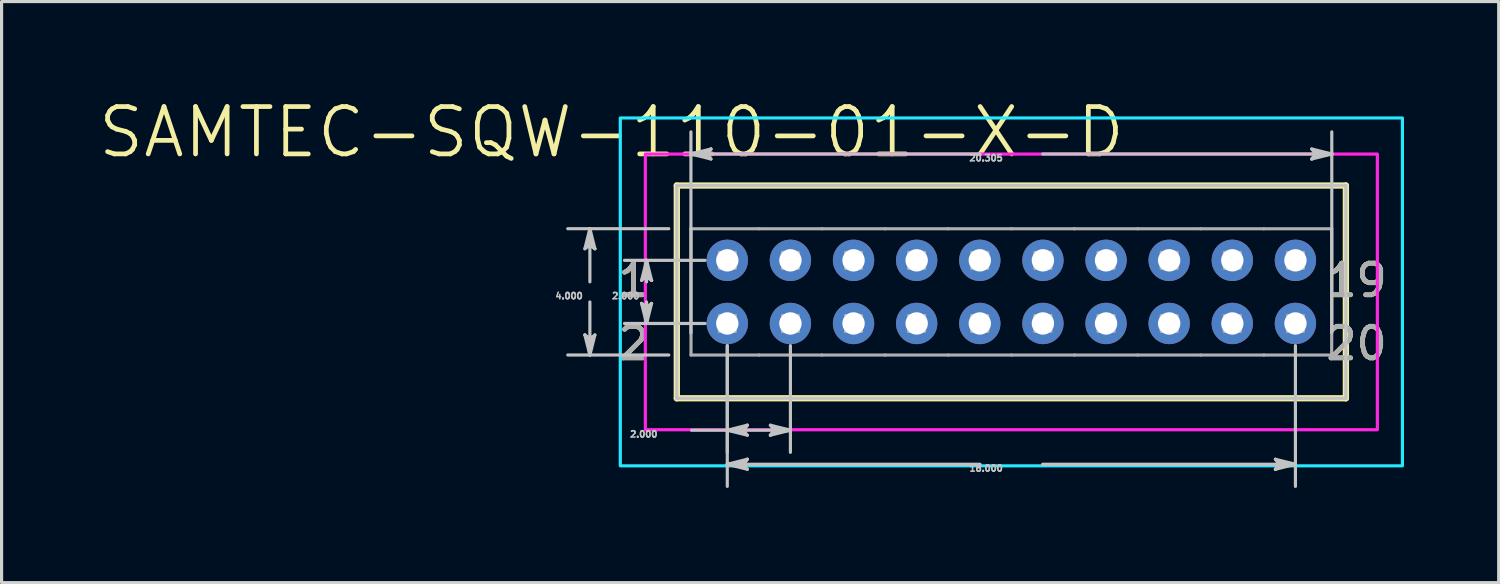
<source format=kicad_pcb>
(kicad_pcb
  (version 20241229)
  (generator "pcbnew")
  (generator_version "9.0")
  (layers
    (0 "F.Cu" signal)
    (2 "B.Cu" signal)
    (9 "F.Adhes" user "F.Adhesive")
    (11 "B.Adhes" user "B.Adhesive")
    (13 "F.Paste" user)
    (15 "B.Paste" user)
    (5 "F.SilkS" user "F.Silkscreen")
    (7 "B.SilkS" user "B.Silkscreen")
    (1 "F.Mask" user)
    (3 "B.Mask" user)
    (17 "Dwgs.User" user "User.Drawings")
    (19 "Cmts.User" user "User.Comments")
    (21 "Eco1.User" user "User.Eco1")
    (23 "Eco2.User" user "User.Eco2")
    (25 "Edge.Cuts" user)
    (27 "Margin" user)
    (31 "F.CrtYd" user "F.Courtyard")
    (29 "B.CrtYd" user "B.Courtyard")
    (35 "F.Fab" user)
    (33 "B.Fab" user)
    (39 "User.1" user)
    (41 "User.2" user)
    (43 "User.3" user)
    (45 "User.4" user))
  (footprint "SAMTEC-SQW-110-01-X-D"
    (layer "F.Cu")
    (at 28.992 6.198)
    (property "Reference" "SAMTEC-SQW-110-01-X-D" (at -12.668 -5.058 0) (layer "F.SilkS") (effects (font (size 1.5 1.5) (thickness 0.15))))
    (attr through_hole)
    (fp_circle (center -9 -1) (end -8.294 -1) (stroke (width 0) (type solid)) (fill yes) (layer "F.Mask"))
    (fp_circle (center -9 1) (end -8.294 1) (stroke (width 0) (type solid)) (fill yes) (layer "F.Mask"))
    (fp_circle (center -7 -1) (end -6.294 -1) (stroke (width 0) (type solid)) (fill yes) (layer "F.Mask"))
    (fp_circle (center -7 1) (end -6.294 1) (stroke (width 0) (type solid)) (fill yes) (layer "F.Mask"))
    (fp_circle (center -5 -1) (end -4.294 -1) (stroke (width 0) (type solid)) (fill yes) (layer "F.Mask"))
    (fp_circle (center -5 1) (end -4.294 1) (stroke (width 0) (type solid)) (fill yes) (layer "F.Mask"))
    (fp_circle (center -3 -1) (end -2.294 -1) (stroke (width 0) (type solid)) (fill yes) (layer "F.Mask"))
    (fp_circle (center -3 1) (end -2.294 1) (stroke (width 0) (type solid)) (fill yes) (layer "F.Mask"))
    (fp_circle (center -1 -1) (end -0.294 -1) (stroke (width 0) (type solid)) (fill yes) (layer "F.Mask"))
    (fp_circle (center -1 1) (end -0.294 1) (stroke (width 0) (type solid)) (fill yes) (layer "F.Mask"))
    (fp_circle (center 1 -1) (end 1.706 -1) (stroke (width 0) (type solid)) (fill yes) (layer "F.Mask"))
    (fp_circle (center 1 1) (end 1.706 1) (stroke (width 0) (type solid)) (fill yes) (layer "F.Mask"))
    (fp_circle (center 3 -1) (end 3.706 -1) (stroke (width 0) (type solid)) (fill yes) (layer "F.Mask"))
    (fp_circle (center 3 1) (end 3.706 1) (stroke (width 0) (type solid)) (fill yes) (layer "F.Mask"))
    (fp_circle (center 5 -1) (end 5.706 -1) (stroke (width 0) (type solid)) (fill yes) (layer "F.Mask"))
    (fp_circle (center 5 1) (end 5.706 1) (stroke (width 0) (type solid)) (fill yes) (layer "F.Mask"))
    (fp_circle (center 7 -1) (end 7.706 -1) (stroke (width 0) (type solid)) (fill yes) (layer "F.Mask"))
    (fp_circle (center 7 1) (end 7.706 1) (stroke (width 0) (type solid)) (fill yes) (layer "F.Mask"))
    (fp_circle (center 9 -1) (end 9.706 -1) (stroke (width 0) (type solid)) (fill yes) (layer "F.Mask"))
    (fp_circle (center 9 1) (end 9.706 1) (stroke (width 0) (type solid)) (fill yes) (layer "F.Mask"))
    (fp_circle (center -9 -1) (end -8.294 -1) (stroke (width 0) (type solid)) (fill yes) (layer "B.Mask"))
    (fp_circle (center -9 1) (end -8.294 1) (stroke (width 0) (type solid)) (fill yes) (layer "B.Mask"))
    (fp_circle (center -7 -1) (end -6.294 -1) (stroke (width 0) (type solid)) (fill yes) (layer "B.Mask"))
    (fp_circle (center -7 1) (end -6.294 1) (stroke (width 0) (type solid)) (fill yes) (layer "B.Mask"))
    (fp_circle (center -5 -1) (end -4.294 -1) (stroke (width 0) (type solid)) (fill yes) (layer "B.Mask"))
    (fp_circle (center -5 1) (end -4.294 1) (stroke (width 0) (type solid)) (fill yes) (layer "B.Mask"))
    (fp_circle (center -3 -1) (end -2.294 -1) (stroke (width 0) (type solid)) (fill yes) (layer "B.Mask"))
    (fp_circle (center -3 1) (end -2.294 1) (stroke (width 0) (type solid)) (fill yes) (layer "B.Mask"))
    (fp_circle (center -1 -1) (end -0.294 -1) (stroke (width 0) (type solid)) (fill yes) (layer "B.Mask"))
    (fp_circle (center -1 1) (end -0.294 1) (stroke (width 0) (type solid)) (fill yes) (layer "B.Mask"))
    (fp_circle (center 1 -1) (end 1.706 -1) (stroke (width 0) (type solid)) (fill yes) (layer "B.Mask"))
    (fp_circle (center 1 1) (end 1.706 1) (stroke (width 0) (type solid)) (fill yes) (layer "B.Mask"))
    (fp_circle (center 3 -1) (end 3.706 -1) (stroke (width 0) (type solid)) (fill yes) (layer "B.Mask"))
    (fp_circle (center 3 1) (end 3.706 1) (stroke (width 0) (type solid)) (fill yes) (layer "B.Mask"))
    (fp_circle (center 5 -1) (end 5.706 -1) (stroke (width 0) (type solid)) (fill yes) (layer "B.Mask"))
    (fp_circle (center 5 1) (end 5.706 1) (stroke (width 0) (type solid)) (fill yes) (layer "B.Mask"))
    (fp_circle (center 7 -1) (end 7.706 -1) (stroke (width 0) (type solid)) (fill yes) (layer "B.Mask"))
    (fp_circle (center 7 1) (end 7.706 1) (stroke (width 0) (type solid)) (fill yes) (layer "B.Mask"))
    (fp_circle (center 9 -1) (end 9.706 -1) (stroke (width 0) (type solid)) (fill yes) (layer "B.Mask"))
    (fp_circle (center 9 1) (end 9.706 1) (stroke (width 0) (type solid)) (fill yes) (layer "B.Mask"))
    (fp_line (start -10.599 -3.37) (end -10.599 3.37) (stroke (width 0.2) (type solid)) (layer "F.SilkS"))
    (fp_line (start -10.599 3.37) (end 10.599 3.37) (stroke (width 0.2) (type solid)) (layer "F.SilkS"))
    (fp_line (start 10.599 -3.37) (end -10.599 -3.37) (stroke (width 0.2) (type solid)) (layer "F.SilkS"))
    (fp_line (start 10.599 3.37) (end 10.599 -3.37) (stroke (width 0.2) (type solid)) (layer "F.SilkS"))
    (fp_poly (pts (xy -9.255 1.98) (xy -9.255 2.97) (xy -8.745 2.97) (xy -8.745 1.98) (xy -8.745 1.969) (xy -8.743 1.957) (xy -8.741 1.946) (xy -8.737 1.936) (xy -8.733 1.925) (xy -8.728 1.915) (xy -8.722 1.905) (xy -8.715 1.896) (xy -8.707 1.888) (xy -8.699 1.88) (xy -8.69 1.873) (xy -8.68 1.867) (xy -8.67 1.862) (xy -8.659 1.858) (xy -8.649 1.854) (xy -8.638 1.852) (xy -8.626 1.85) (xy -8.615 1.85) (xy -8.15 1.85) (xy -8.15 0.15) (xy -9.85 0.15) (xy -9.85 1.85) (xy -9.385 1.85) (xy -9.374 1.85) (xy -9.362 1.852) (xy -9.351 1.854) (xy -9.341 1.858) (xy -9.33 1.862) (xy -9.32 1.867) (xy -9.31 1.873) (xy -9.301 1.88) (xy -9.293 1.888) (xy -9.285 1.896) (xy -9.278 1.905) (xy -9.272 1.915) (xy -9.267 1.925) (xy -9.263 1.936) (xy -9.259 1.946) (xy -9.257 1.957) (xy -9.255 1.969) (xy -9.255 1.98)) (stroke (width 0) (type solid)) (fill yes) (layer "F.Paste"))
    (fp_poly (pts (xy -8.745 -1.98) (xy -8.745 -2.97) (xy -9.255 -2.97) (xy -9.255 -1.98) (xy -9.255 -1.969) (xy -9.257 -1.957) (xy -9.259 -1.946) (xy -9.263 -1.936) (xy -9.267 -1.925) (xy -9.272 -1.915) (xy -9.279 -1.905) (xy -9.285 -1.896) (xy -9.293 -1.888) (xy -9.301 -1.88) (xy -9.31 -1.873) (xy -9.32 -1.867) (xy -9.33 -1.862) (xy -9.341 -1.858) (xy -9.351 -1.854) (xy -9.362 -1.852) (xy -9.374 -1.85) (xy -9.385 -1.85) (xy -9.85 -1.85) (xy -9.85 -0.15) (xy -8.15 -0.15) (xy -8.15 -1.85) (xy -8.615 -1.85) (xy -8.626 -1.85) (xy -8.638 -1.852) (xy -8.649 -1.854) (xy -8.659 -1.858) (xy -8.67 -1.862) (xy -8.68 -1.867) (xy -8.69 -1.873) (xy -8.699 -1.88) (xy -8.707 -1.888) (xy -8.715 -1.896) (xy -8.722 -1.905) (xy -8.728 -1.915) (xy -8.733 -1.925) (xy -8.737 -1.936) (xy -8.741 -1.946) (xy -8.743 -1.957) (xy -8.745 -1.969) (xy -8.745 -1.98)) (stroke (width 0) (type solid)) (fill yes) (layer "F.Paste"))
    (fp_poly (pts (xy -7.255 1.98) (xy -7.255 2.97) (xy -6.745 2.97) (xy -6.745 1.98) (xy -6.745 1.969) (xy -6.743 1.957) (xy -6.741 1.946) (xy -6.737 1.936) (xy -6.733 1.925) (xy -6.728 1.915) (xy -6.721 1.905) (xy -6.715 1.896) (xy -6.707 1.888) (xy -6.699 1.88) (xy -6.69 1.873) (xy -6.68 1.867) (xy -6.67 1.862) (xy -6.659 1.858) (xy -6.649 1.854) (xy -6.638 1.852) (xy -6.626 1.85) (xy -6.615 1.85) (xy -6.15 1.85) (xy -6.15 0.15) (xy -7.85 0.15) (xy -7.85 1.85) (xy -7.385 1.85) (xy -7.374 1.85) (xy -7.362 1.852) (xy -7.351 1.854) (xy -7.341 1.858) (xy -7.33 1.862) (xy -7.32 1.867) (xy -7.31 1.873) (xy -7.301 1.88) (xy -7.293 1.888) (xy -7.285 1.896) (xy -7.279 1.905) (xy -7.272 1.915) (xy -7.267 1.925) (xy -7.263 1.936) (xy -7.259 1.946) (xy -7.257 1.957) (xy -7.255 1.969) (xy -7.255 1.98)) (stroke (width 0) (type solid)) (fill yes) (layer "F.Paste"))
    (fp_poly (pts (xy -6.745 -1.98) (xy -6.745 -2.97) (xy -7.255 -2.97) (xy -7.255 -1.98) (xy -7.255 -1.969) (xy -7.257 -1.957) (xy -7.259 -1.946) (xy -7.263 -1.936) (xy -7.267 -1.925) (xy -7.272 -1.915) (xy -7.279 -1.905) (xy -7.285 -1.896) (xy -7.293 -1.888) (xy -7.301 -1.88) (xy -7.31 -1.873) (xy -7.32 -1.867) (xy -7.33 -1.862) (xy -7.341 -1.858) (xy -7.351 -1.854) (xy -7.362 -1.852) (xy -7.374 -1.85) (xy -7.385 -1.85) (xy -7.85 -1.85) (xy -7.85 -0.15) (xy -6.15 -0.15) (xy -6.15 -1.85) (xy -6.615 -1.85) (xy -6.626 -1.85) (xy -6.638 -1.852) (xy -6.649 -1.854) (xy -6.659 -1.858) (xy -6.67 -1.862) (xy -6.68 -1.867) (xy -6.69 -1.873) (xy -6.699 -1.88) (xy -6.707 -1.888) (xy -6.715 -1.896) (xy -6.722 -1.905) (xy -6.728 -1.915) (xy -6.733 -1.925) (xy -6.737 -1.936) (xy -6.741 -1.946) (xy -6.743 -1.957) (xy -6.745 -1.969) (xy -6.745 -1.98)) (stroke (width 0) (type solid)) (fill yes) (layer "F.Paste"))
    (fp_poly (pts (xy -5.255 1.98) (xy -5.255 2.97) (xy -4.745 2.97) (xy -4.745 1.98) (xy -4.745 1.969) (xy -4.743 1.957) (xy -4.741 1.946) (xy -4.737 1.936) (xy -4.733 1.925) (xy -4.728 1.915) (xy -4.721 1.905) (xy -4.715 1.896) (xy -4.707 1.888) (xy -4.699 1.88) (xy -4.69 1.873) (xy -4.68 1.867) (xy -4.67 1.862) (xy -4.659 1.858) (xy -4.649 1.854) (xy -4.638 1.852) (xy -4.626 1.85) (xy -4.615 1.85) (xy -4.15 1.85) (xy -4.15 0.15) (xy -5.85 0.15) (xy -5.85 1.85) (xy -5.385 1.85) (xy -5.374 1.85) (xy -5.362 1.852) (xy -5.351 1.854) (xy -5.341 1.858) (xy -5.33 1.862) (xy -5.32 1.867) (xy -5.31 1.873) (xy -5.301 1.88) (xy -5.293 1.888) (xy -5.285 1.896) (xy -5.278 1.905) (xy -5.272 1.915) (xy -5.267 1.925) (xy -5.263 1.936) (xy -5.259 1.946) (xy -5.257 1.957) (xy -5.255 1.969) (xy -5.255 1.98)) (stroke (width 0) (type solid)) (fill yes) (layer "F.Paste"))
    (fp_poly (pts (xy -4.745 -1.98) (xy -4.745 -2.97) (xy -5.255 -2.97) (xy -5.255 -1.98) (xy -5.255 -1.969) (xy -5.257 -1.957) (xy -5.259 -1.946) (xy -5.263 -1.936) (xy -5.267 -1.925) (xy -5.272 -1.915) (xy -5.279 -1.905) (xy -5.285 -1.896) (xy -5.293 -1.888) (xy -5.301 -1.88) (xy -5.31 -1.873) (xy -5.32 -1.867) (xy -5.33 -1.862) (xy -5.341 -1.858) (xy -5.351 -1.854) (xy -5.362 -1.852) (xy -5.374 -1.85) (xy -5.385 -1.85) (xy -5.85 -1.85) (xy -5.85 -0.15) (xy -4.15 -0.15) (xy -4.15 -1.85) (xy -4.615 -1.85) (xy -4.626 -1.85) (xy -4.638 -1.852) (xy -4.649 -1.854) (xy -4.659 -1.858) (xy -4.67 -1.862) (xy -4.68 -1.867) (xy -4.69 -1.873) (xy -4.699 -1.88) (xy -4.707 -1.888) (xy -4.715 -1.896) (xy -4.721 -1.905) (xy -4.728 -1.915) (xy -4.733 -1.925) (xy -4.737 -1.936) (xy -4.741 -1.946) (xy -4.743 -1.957) (xy -4.745 -1.969) (xy -4.745 -1.98)) (stroke (width 0) (type solid)) (fill yes) (layer "F.Paste"))
    (fp_poly (pts (xy -3.255 1.98) (xy -3.255 2.97) (xy -2.745 2.97) (xy -2.745 1.98) (xy -2.745 1.969) (xy -2.743 1.957) (xy -2.741 1.946) (xy -2.737 1.936) (xy -2.733 1.925) (xy -2.728 1.915) (xy -2.721 1.905) (xy -2.715 1.896) (xy -2.707 1.888) (xy -2.699 1.88) (xy -2.69 1.873) (xy -2.68 1.867) (xy -2.67 1.862) (xy -2.659 1.858) (xy -2.649 1.854) (xy -2.638 1.852) (xy -2.626 1.85) (xy -2.615 1.85) (xy -2.15 1.85) (xy -2.15 0.15) (xy -3.85 0.15) (xy -3.85 1.85) (xy -3.385 1.85) (xy -3.374 1.85) (xy -3.362 1.852) (xy -3.351 1.854) (xy -3.341 1.858) (xy -3.33 1.862) (xy -3.32 1.867) (xy -3.31 1.873) (xy -3.301 1.88) (xy -3.293 1.888) (xy -3.285 1.896) (xy -3.278 1.905) (xy -3.272 1.915) (xy -3.267 1.925) (xy -3.263 1.936) (xy -3.259 1.946) (xy -3.257 1.957) (xy -3.255 1.969) (xy -3.255 1.98)) (stroke (width 0) (type solid)) (fill yes) (layer "F.Paste"))
    (fp_poly (pts (xy -2.745 -1.98) (xy -2.745 -2.97) (xy -3.255 -2.97) (xy -3.255 -1.98) (xy -3.255 -1.969) (xy -3.257 -1.957) (xy -3.259 -1.946) (xy -3.263 -1.936) (xy -3.267 -1.925) (xy -3.272 -1.915) (xy -3.279 -1.905) (xy -3.285 -1.896) (xy -3.293 -1.888) (xy -3.301 -1.88) (xy -3.31 -1.873) (xy -3.32 -1.867) (xy -3.33 -1.862) (xy -3.341 -1.858) (xy -3.351 -1.854) (xy -3.362 -1.852) (xy -3.374 -1.85) (xy -3.385 -1.85) (xy -3.85 -1.85) (xy -3.85 -0.15) (xy -2.15 -0.15) (xy -2.15 -1.85) (xy -2.615 -1.85) (xy -2.626 -1.85) (xy -2.638 -1.852) (xy -2.649 -1.854) (xy -2.659 -1.858) (xy -2.67 -1.862) (xy -2.68 -1.867) (xy -2.69 -1.873) (xy -2.699 -1.88) (xy -2.707 -1.888) (xy -2.715 -1.896) (xy -2.721 -1.905) (xy -2.728 -1.915) (xy -2.733 -1.925) (xy -2.737 -1.936) (xy -2.741 -1.946) (xy -2.743 -1.957) (xy -2.745 -1.969) (xy -2.745 -1.98)) (stroke (width 0) (type solid)) (fill yes) (layer "F.Paste"))
    (fp_poly (pts (xy -1.255 1.98) (xy -1.255 2.97) (xy -0.745 2.97) (xy -0.745 1.98) (xy -0.745 1.969) (xy -0.743 1.957) (xy -0.741 1.946) (xy -0.737 1.936) (xy -0.733 1.925) (xy -0.728 1.915) (xy -0.721 1.905) (xy -0.715 1.896) (xy -0.707 1.888) (xy -0.699 1.88) (xy -0.69 1.873) (xy -0.68 1.867) (xy -0.67 1.862) (xy -0.659 1.858) (xy -0.649 1.854) (xy -0.638 1.852) (xy -0.626 1.85) (xy -0.615 1.85) (xy -0.15 1.85) (xy -0.15 0.15) (xy -1.85 0.15) (xy -1.85 1.85) (xy -1.385 1.85) (xy -1.374 1.85) (xy -1.362 1.852) (xy -1.351 1.854) (xy -1.341 1.858) (xy -1.33 1.862) (xy -1.32 1.867) (xy -1.31 1.873) (xy -1.301 1.88) (xy -1.293 1.888) (xy -1.285 1.896) (xy -1.278 1.905) (xy -1.272 1.915) (xy -1.267 1.925) (xy -1.263 1.936) (xy -1.259 1.946) (xy -1.257 1.957) (xy -1.255 1.969) (xy -1.255 1.98)) (stroke (width 0) (type solid)) (fill yes) (layer "F.Paste"))
    (fp_poly (pts (xy -0.745 -1.98) (xy -0.745 -2.97) (xy -1.255 -2.97) (xy -1.255 -1.98) (xy -1.255 -1.969) (xy -1.257 -1.957) (xy -1.259 -1.946) (xy -1.263 -1.936) (xy -1.267 -1.925) (xy -1.272 -1.915) (xy -1.279 -1.905) (xy -1.285 -1.896) (xy -1.293 -1.888) (xy -1.301 -1.88) (xy -1.31 -1.873) (xy -1.32 -1.867) (xy -1.33 -1.862) (xy -1.341 -1.858) (xy -1.351 -1.854) (xy -1.362 -1.852) (xy -1.374 -1.85) (xy -1.385 -1.85) (xy -1.85 -1.85) (xy -1.85 -0.15) (xy -0.15 -0.15) (xy -0.15 -1.85) (xy -0.615 -1.85) (xy -0.626 -1.85) (xy -0.638 -1.852) (xy -0.649 -1.854) (xy -0.659 -1.858) (xy -0.67 -1.862) (xy -0.68 -1.867) (xy -0.69 -1.873) (xy -0.699 -1.88) (xy -0.707 -1.888) (xy -0.715 -1.896) (xy -0.722 -1.905) (xy -0.728 -1.915) (xy -0.733 -1.925) (xy -0.737 -1.936) (xy -0.741 -1.946) (xy -0.743 -1.957) (xy -0.745 -1.969) (xy -0.745 -1.98)) (stroke (width 0) (type solid)) (fill yes) (layer "F.Paste"))
    (fp_poly (pts (xy 0.745 1.98) (xy 0.745 2.97) (xy 1.255 2.97) (xy 1.255 1.98) (xy 1.255 1.969) (xy 1.257 1.957) (xy 1.259 1.946) (xy 1.263 1.936) (xy 1.267 1.925) (xy 1.272 1.915) (xy 1.279 1.905) (xy 1.285 1.896) (xy 1.293 1.888) (xy 1.301 1.88) (xy 1.31 1.873) (xy 1.32 1.867) (xy 1.33 1.862) (xy 1.341 1.858) (xy 1.351 1.854) (xy 1.362 1.852) (xy 1.374 1.85) (xy 1.385 1.85) (xy 1.85 1.85) (xy 1.85 0.15) (xy 0.15 0.15) (xy 0.15 1.85) (xy 0.615 1.85) (xy 0.626 1.85) (xy 0.638 1.852) (xy 0.649 1.854) (xy 0.659 1.858) (xy 0.67 1.862) (xy 0.68 1.867) (xy 0.69 1.873) (xy 0.699 1.88) (xy 0.707 1.888) (xy 0.715 1.896) (xy 0.722 1.905) (xy 0.728 1.915) (xy 0.733 1.925) (xy 0.737 1.936) (xy 0.741 1.946) (xy 0.743 1.957) (xy 0.745 1.969) (xy 0.745 1.98)) (stroke (width 0) (type solid)) (fill yes) (layer "F.Paste"))
    (fp_poly (pts (xy 1.255 -1.98) (xy 1.255 -2.97) (xy 0.745 -2.97) (xy 0.745 -1.98) (xy 0.745 -1.969) (xy 0.743 -1.957) (xy 0.741 -1.946) (xy 0.737 -1.936) (xy 0.733 -1.925) (xy 0.728 -1.915) (xy 0.721 -1.905) (xy 0.715 -1.896) (xy 0.707 -1.888) (xy 0.699 -1.88) (xy 0.69 -1.873) (xy 0.68 -1.867) (xy 0.67 -1.862) (xy 0.659 -1.858) (xy 0.649 -1.854) (xy 0.638 -1.852) (xy 0.626 -1.85) (xy 0.615 -1.85) (xy 0.15 -1.85) (xy 0.15 -0.15) (xy 1.85 -0.15) (xy 1.85 -1.85) (xy 1.385 -1.85) (xy 1.374 -1.85) (xy 1.362 -1.852) (xy 1.351 -1.854) (xy 1.341 -1.858) (xy 1.33 -1.862) (xy 1.32 -1.867) (xy 1.31 -1.873) (xy 1.301 -1.88) (xy 1.293 -1.888) (xy 1.285 -1.896) (xy 1.278 -1.905) (xy 1.272 -1.915) (xy 1.267 -1.925) (xy 1.263 -1.936) (xy 1.259 -1.946) (xy 1.257 -1.957) (xy 1.255 -1.969) (xy 1.255 -1.98)) (stroke (width 0) (type solid)) (fill yes) (layer "F.Paste"))
    (fp_poly (pts (xy 2.745 1.98) (xy 2.745 2.97) (xy 3.255 2.97) (xy 3.255 1.98) (xy 3.255 1.969) (xy 3.257 1.957) (xy 3.259 1.946) (xy 3.263 1.936) (xy 3.267 1.925) (xy 3.272 1.915) (xy 3.279 1.905) (xy 3.285 1.896) (xy 3.293 1.888) (xy 3.301 1.88) (xy 3.31 1.873) (xy 3.32 1.867) (xy 3.33 1.862) (xy 3.341 1.858) (xy 3.351 1.854) (xy 3.362 1.852) (xy 3.374 1.85) (xy 3.385 1.85) (xy 3.85 1.85) (xy 3.85 0.15) (xy 2.15 0.15) (xy 2.15 1.85) (xy 2.615 1.85) (xy 2.626 1.85) (xy 2.638 1.852) (xy 2.649 1.854) (xy 2.659 1.858) (xy 2.67 1.862) (xy 2.68 1.867) (xy 2.69 1.873) (xy 2.699 1.88) (xy 2.707 1.888) (xy 2.715 1.896) (xy 2.721 1.905) (xy 2.728 1.915) (xy 2.733 1.925) (xy 2.737 1.936) (xy 2.741 1.946) (xy 2.743 1.957) (xy 2.745 1.969) (xy 2.745 1.98)) (stroke (width 0) (type solid)) (fill yes) (layer "F.Paste"))
    (fp_poly (pts (xy 3.255 -1.98) (xy 3.255 -2.97) (xy 2.745 -2.97) (xy 2.745 -1.98) (xy 2.745 -1.969) (xy 2.743 -1.957) (xy 2.741 -1.946) (xy 2.737 -1.936) (xy 2.733 -1.925) (xy 2.728 -1.915) (xy 2.721 -1.905) (xy 2.715 -1.896) (xy 2.707 -1.888) (xy 2.699 -1.88) (xy 2.69 -1.873) (xy 2.68 -1.867) (xy 2.67 -1.862) (xy 2.659 -1.858) (xy 2.649 -1.854) (xy 2.638 -1.852) (xy 2.626 -1.85) (xy 2.615 -1.85) (xy 2.15 -1.85) (xy 2.15 -0.15) (xy 3.85 -0.15) (xy 3.85 -1.85) (xy 3.385 -1.85) (xy 3.374 -1.85) (xy 3.362 -1.852) (xy 3.351 -1.854) (xy 3.341 -1.858) (xy 3.33 -1.862) (xy 3.32 -1.867) (xy 3.31 -1.873) (xy 3.301 -1.88) (xy 3.293 -1.888) (xy 3.285 -1.896) (xy 3.278 -1.905) (xy 3.272 -1.915) (xy 3.267 -1.925) (xy 3.263 -1.936) (xy 3.259 -1.946) (xy 3.257 -1.957) (xy 3.255 -1.969) (xy 3.255 -1.98)) (stroke (width 0) (type solid)) (fill yes) (layer "F.Paste"))
    (fp_poly (pts (xy 4.745 1.98) (xy 4.745 2.97) (xy 5.255 2.97) (xy 5.255 1.98) (xy 5.255 1.969) (xy 5.257 1.957) (xy 5.259 1.946) (xy 5.263 1.936) (xy 5.267 1.925) (xy 5.272 1.915) (xy 5.279 1.905) (xy 5.285 1.896) (xy 5.293 1.888) (xy 5.301 1.88) (xy 5.31 1.873) (xy 5.32 1.867) (xy 5.33 1.862) (xy 5.341 1.858) (xy 5.351 1.854) (xy 5.362 1.852) (xy 5.374 1.85) (xy 5.385 1.85) (xy 5.85 1.85) (xy 5.85 0.15) (xy 4.15 0.15) (xy 4.15 1.85) (xy 4.615 1.85) (xy 4.626 1.85) (xy 4.638 1.852) (xy 4.649 1.854) (xy 4.659 1.858) (xy 4.67 1.862) (xy 4.68 1.867) (xy 4.69 1.873) (xy 4.699 1.88) (xy 4.707 1.888) (xy 4.715 1.896) (xy 4.721 1.905) (xy 4.728 1.915) (xy 4.733 1.925) (xy 4.737 1.936) (xy 4.741 1.946) (xy 4.743 1.957) (xy 4.745 1.969) (xy 4.745 1.98)) (stroke (width 0) (type solid)) (fill yes) (layer "F.Paste"))
    (fp_poly (pts (xy 5.255 -1.98) (xy 5.255 -2.97) (xy 4.745 -2.97) (xy 4.745 -1.98) (xy 4.745 -1.969) (xy 4.743 -1.957) (xy 4.741 -1.946) (xy 4.737 -1.936) (xy 4.733 -1.925) (xy 4.728 -1.915) (xy 4.721 -1.905) (xy 4.715 -1.896) (xy 4.707 -1.888) (xy 4.699 -1.88) (xy 4.69 -1.873) (xy 4.68 -1.867) (xy 4.67 -1.862) (xy 4.659 -1.858) (xy 4.649 -1.854) (xy 4.638 -1.852) (xy 4.626 -1.85) (xy 4.615 -1.85) (xy 4.15 -1.85) (xy 4.15 -0.15) (xy 5.85 -0.15) (xy 5.85 -1.85) (xy 5.385 -1.85) (xy 5.374 -1.85) (xy 5.362 -1.852) (xy 5.351 -1.854) (xy 5.341 -1.858) (xy 5.33 -1.862) (xy 5.32 -1.867) (xy 5.31 -1.873) (xy 5.301 -1.88) (xy 5.293 -1.888) (xy 5.285 -1.896) (xy 5.278 -1.905) (xy 5.272 -1.915) (xy 5.267 -1.925) (xy 5.263 -1.936) (xy 5.259 -1.946) (xy 5.257 -1.957) (xy 5.255 -1.969) (xy 5.255 -1.98)) (stroke (width 0) (type solid)) (fill yes) (layer "F.Paste"))
    (fp_poly (pts (xy 6.745 1.98) (xy 6.745 2.97) (xy 7.255 2.97) (xy 7.255 1.98) (xy 7.255 1.969) (xy 7.257 1.957) (xy 7.259 1.946) (xy 7.263 1.936) (xy 7.267 1.925) (xy 7.272 1.915) (xy 7.279 1.905) (xy 7.285 1.896) (xy 7.293 1.888) (xy 7.301 1.88) (xy 7.31 1.873) (xy 7.32 1.867) (xy 7.33 1.862) (xy 7.341 1.858) (xy 7.351 1.854) (xy 7.362 1.852) (xy 7.374 1.85) (xy 7.385 1.85) (xy 7.85 1.85) (xy 7.85 0.15) (xy 6.15 0.15) (xy 6.15 1.85) (xy 6.615 1.85) (xy 6.626 1.85) (xy 6.638 1.852) (xy 6.649 1.854) (xy 6.659 1.858) (xy 6.67 1.862) (xy 6.68 1.867) (xy 6.69 1.873) (xy 6.699 1.88) (xy 6.707 1.888) (xy 6.715 1.896) (xy 6.722 1.905) (xy 6.728 1.915) (xy 6.733 1.925) (xy 6.737 1.936) (xy 6.741 1.946) (xy 6.743 1.957) (xy 6.745 1.969) (xy 6.745 1.98)) (stroke (width 0) (type solid)) (fill yes) (layer "F.Paste"))
    (fp_poly (pts (xy 7.255 -1.98) (xy 7.255 -2.97) (xy 6.745 -2.97) (xy 6.745 -1.98) (xy 6.745 -1.969) (xy 6.743 -1.957) (xy 6.741 -1.946) (xy 6.737 -1.936) (xy 6.733 -1.925) (xy 6.728 -1.915) (xy 6.721 -1.905) (xy 6.715 -1.896) (xy 6.707 -1.888) (xy 6.699 -1.88) (xy 6.69 -1.873) (xy 6.68 -1.867) (xy 6.67 -1.862) (xy 6.659 -1.858) (xy 6.649 -1.854) (xy 6.638 -1.852) (xy 6.626 -1.85) (xy 6.615 -1.85) (xy 6.15 -1.85) (xy 6.15 -0.15) (xy 7.85 -0.15) (xy 7.85 -1.85) (xy 7.385 -1.85) (xy 7.374 -1.85) (xy 7.362 -1.852) (xy 7.351 -1.854) (xy 7.341 -1.858) (xy 7.33 -1.862) (xy 7.32 -1.867) (xy 7.31 -1.873) (xy 7.301 -1.88) (xy 7.293 -1.888) (xy 7.285 -1.896) (xy 7.279 -1.905) (xy 7.272 -1.915) (xy 7.267 -1.925) (xy 7.263 -1.936) (xy 7.259 -1.946) (xy 7.257 -1.957) (xy 7.255 -1.969) (xy 7.255 -1.98)) (stroke (width 0) (type solid)) (fill yes) (layer "F.Paste"))
    (fp_poly (pts (xy 8.745 1.98) (xy 8.745 2.97) (xy 9.255 2.97) (xy 9.255 1.98) (xy 9.255 1.969) (xy 9.257 1.957) (xy 9.259 1.946) (xy 9.263 1.936) (xy 9.267 1.925) (xy 9.272 1.915) (xy 9.279 1.905) (xy 9.285 1.896) (xy 9.293 1.888) (xy 9.301 1.88) (xy 9.31 1.873) (xy 9.32 1.867) (xy 9.33 1.862) (xy 9.341 1.858) (xy 9.351 1.854) (xy 9.362 1.852) (xy 9.374 1.85) (xy 9.385 1.85) (xy 9.85 1.85) (xy 9.85 0.15) (xy 8.15 0.15) (xy 8.15 1.85) (xy 8.615 1.85) (xy 8.626 1.85) (xy 8.638 1.852) (xy 8.649 1.854) (xy 8.659 1.858) (xy 8.67 1.862) (xy 8.68 1.867) (xy 8.69 1.873) (xy 8.699 1.88) (xy 8.707 1.888) (xy 8.715 1.896) (xy 8.722 1.905) (xy 8.728 1.915) (xy 8.733 1.925) (xy 8.737 1.936) (xy 8.741 1.946) (xy 8.743 1.957) (xy 8.745 1.969) (xy 8.745 1.98)) (stroke (width 0) (type solid)) (fill yes) (layer "F.Paste"))
    (fp_poly (pts (xy 9.255 -1.98) (xy 9.255 -2.97) (xy 8.745 -2.97) (xy 8.745 -1.98) (xy 8.745 -1.969) (xy 8.743 -1.957) (xy 8.741 -1.946) (xy 8.737 -1.936) (xy 8.733 -1.925) (xy 8.728 -1.915) (xy 8.722 -1.905) (xy 8.715 -1.896) (xy 8.707 -1.888) (xy 8.699 -1.88) (xy 8.69 -1.873) (xy 8.68 -1.867) (xy 8.67 -1.862) (xy 8.659 -1.858) (xy 8.649 -1.854) (xy 8.638 -1.852) (xy 8.626 -1.85) (xy 8.615 -1.85) (xy 8.15 -1.85) (xy 8.15 -0.15) (xy 9.85 -0.15) (xy 9.85 -1.85) (xy 9.385 -1.85) (xy 9.374 -1.85) (xy 9.362 -1.852) (xy 9.351 -1.854) (xy 9.341 -1.858) (xy 9.33 -1.862) (xy 9.32 -1.867) (xy 9.31 -1.873) (xy 9.301 -1.88) (xy 9.293 -1.888) (xy 9.285 -1.896) (xy 9.278 -1.905) (xy 9.272 -1.915) (xy 9.267 -1.925) (xy 9.263 -1.936) (xy 9.259 -1.946) (xy 9.257 -1.957) (xy 9.255 -1.969) (xy 9.255 -1.98)) (stroke (width 0) (type solid)) (fill yes) (layer "F.Paste"))
    (fp_line (start -13.512 -1.367) (end -13.353 -1.494) (stroke (width 0.1) (type solid)) (layer "Dwgs.User"))
    (fp_line (start -13.512 1.364) (end -13.353 1.999) (stroke (width 0.1) (type solid)) (layer "Dwgs.User"))
    (fp_line (start -13.432 -1.43) (end -13.353 -1.494) (stroke (width 0.1) (type solid)) (layer "Dwgs.User"))
    (fp_line (start -13.432 1.427) (end -13.512 1.364) (stroke (width 0.1) (type solid)) (layer "Dwgs.User"))
    (fp_line (start -13.353 -2.002) (end -13.512 -1.367) (stroke (width 0.1) (type solid)) (layer "Dwgs.User"))
    (fp_line (start -13.353 -2.002) (end -13.432 -1.43) (stroke (width 0.1) (type solid)) (layer "Dwgs.User"))
    (fp_line (start -13.353 -2.002) (end -13.273 -1.43) (stroke (width 0.1) (type solid)) (layer "Dwgs.User"))
    (fp_line (start -13.353 -1.494) (end -13.353 -2.002) (stroke (width 0.1) (type solid)) (layer "Dwgs.User"))
    (fp_line (start -13.353 -1.494) (end -13.194 -1.367) (stroke (width 0.1) (type solid)) (layer "Dwgs.User"))
    (fp_line (start -13.353 -0.318) (end -13.353 -2.002) (stroke (width 0.1) (type solid)) (layer "Dwgs.User"))
    (fp_line (start -13.353 0.318) (end -13.353 1.999) (stroke (width 0.1) (type solid)) (layer "Dwgs.User"))
    (fp_line (start -13.353 1.491) (end -13.512 1.364) (stroke (width 0.1) (type solid)) (layer "Dwgs.User"))
    (fp_line (start -13.353 1.491) (end -13.353 1.999) (stroke (width 0.1) (type solid)) (layer "Dwgs.User"))
    (fp_line (start -13.353 1.999) (end -13.432 1.427) (stroke (width 0.1) (type solid)) (layer "Dwgs.User"))
    (fp_line (start -13.353 1.999) (end -13.273 1.427) (stroke (width 0.1) (type solid)) (layer "Dwgs.User"))
    (fp_line (start -13.353 1.999) (end -13.194 1.364) (stroke (width 0.1) (type solid)) (layer "Dwgs.User"))
    (fp_line (start -13.273 -1.43) (end -13.194 -1.367) (stroke (width 0.1) (type solid)) (layer "Dwgs.User"))
    (fp_line (start -13.273 1.427) (end -13.353 1.491) (stroke (width 0.1) (type solid)) (layer "Dwgs.User"))
    (fp_line (start -13.194 -1.367) (end -13.353 -2.002) (stroke (width 0.1) (type solid)) (layer "Dwgs.User"))
    (fp_line (start -13.194 1.364) (end -13.353 1.491) (stroke (width 0.1) (type solid)) (layer "Dwgs.User"))
    (fp_line (start -11.716 -0.365) (end -11.557 -0.492) (stroke (width 0.1) (type solid)) (layer "Dwgs.User"))
    (fp_line (start -11.716 0.365) (end -11.557 1) (stroke (width 0.1) (type solid)) (layer "Dwgs.User"))
    (fp_line (start -11.636 -0.428) (end -11.557 -0.492) (stroke (width 0.1) (type solid)) (layer "Dwgs.User"))
    (fp_line (start -11.636 0.428) (end -11.716 0.365) (stroke (width 0.1) (type solid)) (layer "Dwgs.User"))
    (fp_line (start -11.557 -1) (end -11.716 -0.365) (stroke (width 0.1) (type solid)) (layer "Dwgs.User"))
    (fp_line (start -11.557 -1) (end -11.636 -0.428) (stroke (width 0.1) (type solid)) (layer "Dwgs.User"))
    (fp_line (start -11.557 -1) (end -11.478 -0.428) (stroke (width 0.1) (type solid)) (layer "Dwgs.User"))
    (fp_line (start -11.557 -0.492) (end -11.557 -1) (stroke (width 0.1) (type solid)) (layer "Dwgs.User"))
    (fp_line (start -11.557 -0.492) (end -11.398 -0.365) (stroke (width 0.1) (type solid)) (layer "Dwgs.User"))
    (fp_line (start -11.557 -0.318) (end -11.557 -1) (stroke (width 0.1) (type solid)) (layer "Dwgs.User"))
    (fp_line (start -11.557 0.318) (end -11.557 1) (stroke (width 0.1) (type solid)) (layer "Dwgs.User"))
    (fp_line (start -11.557 0.492) (end -11.716 0.365) (stroke (width 0.1) (type solid)) (layer "Dwgs.User"))
    (fp_line (start -11.557 0.492) (end -11.557 1) (stroke (width 0.1) (type solid)) (layer "Dwgs.User"))
    (fp_line (start -11.557 1) (end -11.636 0.428) (stroke (width 0.1) (type solid)) (layer "Dwgs.User"))
    (fp_line (start -11.557 1) (end -11.478 0.428) (stroke (width 0.1) (type solid)) (layer "Dwgs.User"))
    (fp_line (start -11.557 1) (end -11.398 0.365) (stroke (width 0.1) (type solid)) (layer "Dwgs.User"))
    (fp_line (start -11.478 -0.428) (end -11.398 -0.365) (stroke (width 0.1) (type solid)) (layer "Dwgs.User"))
    (fp_line (start -11.478 0.428) (end -11.557 0.492) (stroke (width 0.1) (type solid)) (layer "Dwgs.User"))
    (fp_line (start -11.398 -0.365) (end -11.557 -1) (stroke (width 0.1) (type solid)) (layer "Dwgs.User"))
    (fp_line (start -11.398 0.365) (end -11.557 0.492) (stroke (width 0.1) (type solid)) (layer "Dwgs.User"))
    (fp_line (start -10.853 -2.002) (end -14.054 -2.002) (stroke (width 0.1) (type solid)) (layer "Dwgs.User"))
    (fp_line (start -10.853 1.999) (end -14.054 1.999) (stroke (width 0.1) (type solid)) (layer "Dwgs.User"))
    (fp_line (start -10.599 -3.37) (end -10.599 3.37) (stroke (width 0.1) (type solid)) (layer "Dwgs.User"))
    (fp_line (start -10.599 3.37) (end 10.599 3.37) (stroke (width 0.1) (type solid)) (layer "Dwgs.User"))
    (fp_line (start -10.152 -4.369) (end -9.581 -4.448) (stroke (width 0.1) (type solid)) (layer "Dwgs.User"))
    (fp_line (start -10.152 -4.369) (end -9.581 -4.289) (stroke (width 0.1) (type solid)) (layer "Dwgs.User"))
    (fp_line (start -10.152 -4.369) (end -9.517 -4.21) (stroke (width 0.1) (type solid)) (layer "Dwgs.User"))
    (fp_line (start -10.152 1.298) (end -10.152 -5.07) (stroke (width 0.1) (type solid)) (layer "Dwgs.User"))
    (fp_line (start -10.135 4.382) (end -9 4.382) (stroke (width 0.1) (type solid)) (layer "Dwgs.User"))
    (fp_line (start -9.701 -1) (end -12.258 -1) (stroke (width 0.1) (type solid)) (layer "Dwgs.User"))
    (fp_line (start -9.701 1) (end -12.258 1) (stroke (width 0.1) (type solid)) (layer "Dwgs.User"))
    (fp_line (start -9.644 -4.369) (end -10.152 -4.369) (stroke (width 0.1) (type solid)) (layer "Dwgs.User"))
    (fp_line (start -9.644 -4.369) (end -9.517 -4.528) (stroke (width 0.1) (type solid)) (layer "Dwgs.User"))
    (fp_line (start -9.581 -4.448) (end -9.517 -4.528) (stroke (width 0.1) (type solid)) (layer "Dwgs.User"))
    (fp_line (start -9.581 -4.289) (end -9.644 -4.369) (stroke (width 0.1) (type solid)) (layer "Dwgs.User"))
    (fp_line (start -9.517 -4.528) (end -10.152 -4.369) (stroke (width 0.1) (type solid)) (layer "Dwgs.User"))
    (fp_line (start -9.517 -4.21) (end -9.644 -4.369) (stroke (width 0.1) (type solid)) (layer "Dwgs.User"))
    (fp_line (start -9 1.701) (end -9 5.083) (stroke (width 0.1) (type solid)) (layer "Dwgs.User"))
    (fp_line (start -9 1.701) (end -9 6.162) (stroke (width 0.1) (type solid)) (layer "Dwgs.User"))
    (fp_line (start -9 4.382) (end -8.428 4.302) (stroke (width 0.1) (type solid)) (layer "Dwgs.User"))
    (fp_line (start -9 4.382) (end -8.428 4.461) (stroke (width 0.1) (type solid)) (layer "Dwgs.User"))
    (fp_line (start -9 4.382) (end -8.365 4.54) (stroke (width 0.1) (type solid)) (layer "Dwgs.User"))
    (fp_line (start -9 4.382) (end -7 4.382) (stroke (width 0.1) (type solid)) (layer "Dwgs.User"))
    (fp_line (start -9 5.461) (end -8.428 5.382) (stroke (width 0.1) (type solid)) (layer "Dwgs.User"))
    (fp_line (start -9 5.461) (end -8.428 5.54) (stroke (width 0.1) (type solid)) (layer "Dwgs.User"))
    (fp_line (start -9 5.461) (end -8.365 5.62) (stroke (width 0.1) (type solid)) (layer "Dwgs.User"))
    (fp_line (start -8.492 4.382) (end -9 4.382) (stroke (width 0.1) (type solid)) (layer "Dwgs.User"))
    (fp_line (start -8.492 4.382) (end -8.365 4.223) (stroke (width 0.1) (type solid)) (layer "Dwgs.User"))
    (fp_line (start -8.492 5.461) (end -9 5.461) (stroke (width 0.1) (type solid)) (layer "Dwgs.User"))
    (fp_line (start -8.492 5.461) (end -8.365 5.302) (stroke (width 0.1) (type solid)) (layer "Dwgs.User"))
    (fp_line (start -8.428 4.302) (end -8.365 4.223) (stroke (width 0.1) (type solid)) (layer "Dwgs.User"))
    (fp_line (start -8.428 4.461) (end -8.492 4.382) (stroke (width 0.1) (type solid)) (layer "Dwgs.User"))
    (fp_line (start -8.428 5.382) (end -8.365 5.302) (stroke (width 0.1) (type solid)) (layer "Dwgs.User"))
    (fp_line (start -8.428 5.54) (end -8.492 5.461) (stroke (width 0.1) (type solid)) (layer "Dwgs.User"))
    (fp_line (start -8.365 4.223) (end -9 4.382) (stroke (width 0.1) (type solid)) (layer "Dwgs.User"))
    (fp_line (start -8.365 4.54) (end -8.492 4.382) (stroke (width 0.1) (type solid)) (layer "Dwgs.User"))
    (fp_line (start -8.365 5.302) (end -9 5.461) (stroke (width 0.1) (type solid)) (layer "Dwgs.User"))
    (fp_line (start -8.365 5.62) (end -8.492 5.461) (stroke (width 0.1) (type solid)) (layer "Dwgs.User"))
    (fp_line (start -7.635 4.223) (end -7.508 4.382) (stroke (width 0.1) (type solid)) (layer "Dwgs.User"))
    (fp_line (start -7.635 4.54) (end -7 4.382) (stroke (width 0.1) (type solid)) (layer "Dwgs.User"))
    (fp_line (start -7.571 4.302) (end -7.508 4.382) (stroke (width 0.1) (type solid)) (layer "Dwgs.User"))
    (fp_line (start -7.571 4.461) (end -7.635 4.54) (stroke (width 0.1) (type solid)) (layer "Dwgs.User"))
    (fp_line (start -7.508 4.382) (end -7.635 4.54) (stroke (width 0.1) (type solid)) (layer "Dwgs.User"))
    (fp_line (start -7.508 4.382) (end -7 4.382) (stroke (width 0.1) (type solid)) (layer "Dwgs.User"))
    (fp_line (start -7 1.701) (end -7 5.083) (stroke (width 0.1) (type solid)) (layer "Dwgs.User"))
    (fp_line (start -7 4.382) (end -7.635 4.223) (stroke (width 0.1) (type solid)) (layer "Dwgs.User"))
    (fp_line (start -7 4.382) (end -7.571 4.302) (stroke (width 0.1) (type solid)) (layer "Dwgs.User"))
    (fp_line (start -7 4.382) (end -7.571 4.461) (stroke (width 0.1) (type solid)) (layer "Dwgs.User"))
    (fp_line (start -0.991 -4.369) (end -10.152 -4.369) (stroke (width 0.1) (type solid)) (layer "Dwgs.User"))
    (fp_line (start -0.991 5.461) (end -9 5.461) (stroke (width 0.1) (type solid)) (layer "Dwgs.User"))
    (fp_line (start 0.991 -4.369) (end 10.152 -4.369) (stroke (width 0.1) (type solid)) (layer "Dwgs.User"))
    (fp_line (start 0.991 5.461) (end 9 5.461) (stroke (width 0.1) (type solid)) (layer "Dwgs.User"))
    (fp_line (start 8.365 5.302) (end 8.492 5.461) (stroke (width 0.1) (type solid)) (layer "Dwgs.User"))
    (fp_line (start 8.365 5.62) (end 9 5.461) (stroke (width 0.1) (type solid)) (layer "Dwgs.User"))
    (fp_line (start 8.428 5.382) (end 8.492 5.461) (stroke (width 0.1) (type solid)) (layer "Dwgs.User"))
    (fp_line (start 8.428 5.54) (end 8.365 5.62) (stroke (width 0.1) (type solid)) (layer "Dwgs.User"))
    (fp_line (start 8.492 5.461) (end 8.365 5.62) (stroke (width 0.1) (type solid)) (layer "Dwgs.User"))
    (fp_line (start 8.492 5.461) (end 9 5.461) (stroke (width 0.1) (type solid)) (layer "Dwgs.User"))
    (fp_line (start 9 1.701) (end 9 6.162) (stroke (width 0.1) (type solid)) (layer "Dwgs.User"))
    (fp_line (start 9 5.461) (end 8.365 5.302) (stroke (width 0.1) (type solid)) (layer "Dwgs.User"))
    (fp_line (start 9 5.461) (end 8.428 5.382) (stroke (width 0.1) (type solid)) (layer "Dwgs.User"))
    (fp_line (start 9 5.461) (end 8.428 5.54) (stroke (width 0.1) (type solid)) (layer "Dwgs.User"))
    (fp_line (start 9.517 -4.528) (end 9.644 -4.369) (stroke (width 0.1) (type solid)) (layer "Dwgs.User"))
    (fp_line (start 9.517 -4.21) (end 10.152 -4.369) (stroke (width 0.1) (type solid)) (layer "Dwgs.User"))
    (fp_line (start 9.581 -4.448) (end 9.644 -4.369) (stroke (width 0.1) (type solid)) (layer "Dwgs.User"))
    (fp_line (start 9.581 -4.289) (end 9.517 -4.21) (stroke (width 0.1) (type solid)) (layer "Dwgs.User"))
    (fp_line (start 9.644 -4.369) (end 9.517 -4.21) (stroke (width 0.1) (type solid)) (layer "Dwgs.User"))
    (fp_line (start 9.644 -4.369) (end 10.152 -4.369) (stroke (width 0.1) (type solid)) (layer "Dwgs.User"))
    (fp_line (start 10.152 -4.369) (end 9.517 -4.528) (stroke (width 0.1) (type solid)) (layer "Dwgs.User"))
    (fp_line (start 10.152 -4.369) (end 9.581 -4.448) (stroke (width 0.1) (type solid)) (layer "Dwgs.User"))
    (fp_line (start 10.152 -4.369) (end 9.581 -4.289) (stroke (width 0.1) (type solid)) (layer "Dwgs.User"))
    (fp_line (start 10.152 1.298) (end 10.152 -5.07) (stroke (width 0.1) (type solid)) (layer "Dwgs.User"))
    (fp_line (start 10.599 -3.37) (end -10.599 -3.37) (stroke (width 0.1) (type solid)) (layer "Dwgs.User"))
    (fp_line (start 10.599 3.37) (end 10.599 -3.37) (stroke (width 0.1) (type solid)) (layer "Dwgs.User"))
    (fp_poly (pts (xy -12.39 5.51) (xy -12.39 -5.51) (xy 12.39 -5.51) (xy 12.39 5.51) (xy -12.39 5.51)) (stroke (width 0.1) (type solid)) (fill no) (layer "B.CrtYd"))
    (fp_poly (pts (xy 11.596 -4.367) (xy -11.596 -4.367) (xy -11.596 4.367) (xy 11.596 4.367) (xy 11.596 -4.367)) (stroke (width 0.1) (type solid)) (fill no) (layer "F.CrtYd"))
    (fp_line (start -10.149 -2) (end -10.149 2) (stroke (width 0.1) (type solid)) (layer "F.Fab"))
    (fp_line (start -10.149 -2) (end -8 -2) (stroke (width 0.1) (type solid)) (layer "F.Fab"))
    (fp_line (start -10.149 2) (end -8 2) (stroke (width 0.1) (type solid)) (layer "F.Fab"))
    (fp_line (start -9.25 -1.25) (end -9.25 -0.75) (stroke (width 0.1) (type solid)) (layer "F.Fab"))
    (fp_line (start -9.25 -0.75) (end -8.75 -0.75) (stroke (width 0.1) (type solid)) (layer "F.Fab"))
    (fp_line (start -9.25 0.75) (end -9.25 1.25) (stroke (width 0.1) (type solid)) (layer "F.Fab"))
    (fp_line (start -9.25 1.25) (end -8.75 1.25) (stroke (width 0.1) (type solid)) (layer "F.Fab"))
    (fp_line (start -8.75 -1.25) (end -9.25 -1.25) (stroke (width 0.1) (type solid)) (layer "F.Fab"))
    (fp_line (start -8.75 -0.75) (end -8.75 -1.25) (stroke (width 0.1) (type solid)) (layer "F.Fab"))
    (fp_line (start -8.75 0.75) (end -9.25 0.75) (stroke (width 0.1) (type solid)) (layer "F.Fab"))
    (fp_line (start -8.75 1.25) (end -8.75 0.75) (stroke (width 0.1) (type solid)) (layer "F.Fab"))
    (fp_line (start -8 -2) (end -6 -2) (stroke (width 0.1) (type solid)) (layer "F.Fab"))
    (fp_line (start -8 2) (end -6 2) (stroke (width 0.1) (type solid)) (layer "F.Fab"))
    (fp_line (start -7.25 -1.25) (end -7.25 -0.75) (stroke (width 0.1) (type solid)) (layer "F.Fab"))
    (fp_line (start -7.25 -0.75) (end -6.75 -0.75) (stroke (width 0.1) (type solid)) (layer "F.Fab"))
    (fp_line (start -7.25 0.75) (end -7.25 1.25) (stroke (width 0.1) (type solid)) (layer "F.Fab"))
    (fp_line (start -7.25 1.25) (end -6.75 1.25) (stroke (width 0.1) (type solid)) (layer "F.Fab"))
    (fp_line (start -6.75 -1.25) (end -7.25 -1.25) (stroke (width 0.1) (type solid)) (layer "F.Fab"))
    (fp_line (start -6.75 -0.75) (end -6.75 -1.25) (stroke (width 0.1) (type solid)) (layer "F.Fab"))
    (fp_line (start -6.75 0.75) (end -7.25 0.75) (stroke (width 0.1) (type solid)) (layer "F.Fab"))
    (fp_line (start -6.75 1.25) (end -6.75 0.75) (stroke (width 0.1) (type solid)) (layer "F.Fab"))
    (fp_line (start -6 -2) (end -4 -2) (stroke (width 0.1) (type solid)) (layer "F.Fab"))
    (fp_line (start -6 2) (end -4 2) (stroke (width 0.1) (type solid)) (layer "F.Fab"))
    (fp_line (start -5.25 -1.25) (end -5.25 -0.75) (stroke (width 0.1) (type solid)) (layer "F.Fab"))
    (fp_line (start -5.25 -0.75) (end -4.75 -0.75) (stroke (width 0.1) (type solid)) (layer "F.Fab"))
    (fp_line (start -5.25 0.75) (end -5.25 1.25) (stroke (width 0.1) (type solid)) (layer "F.Fab"))
    (fp_line (start -5.25 1.25) (end -4.75 1.25) (stroke (width 0.1) (type solid)) (layer "F.Fab"))
    (fp_line (start -4.75 -1.25) (end -5.25 -1.25) (stroke (width 0.1) (type solid)) (layer "F.Fab"))
    (fp_line (start -4.75 -0.75) (end -4.75 -1.25) (stroke (width 0.1) (type solid)) (layer "F.Fab"))
    (fp_line (start -4.75 0.75) (end -5.25 0.75) (stroke (width 0.1) (type solid)) (layer "F.Fab"))
    (fp_line (start -4.75 1.25) (end -4.75 0.75) (stroke (width 0.1) (type solid)) (layer "F.Fab"))
    (fp_line (start -4 -2) (end -2 -2) (stroke (width 0.1) (type solid)) (layer "F.Fab"))
    (fp_line (start -4 2) (end -2 2) (stroke (width 0.1) (type solid)) (layer "F.Fab"))
    (fp_line (start -3.25 -1.25) (end -3.25 -0.75) (stroke (width 0.1) (type solid)) (layer "F.Fab"))
    (fp_line (start -3.25 -0.75) (end -2.75 -0.75) (stroke (width 0.1) (type solid)) (layer "F.Fab"))
    (fp_line (start -3.25 0.75) (end -3.25 1.25) (stroke (width 0.1) (type solid)) (layer "F.Fab"))
    (fp_line (start -3.25 1.25) (end -2.75 1.25) (stroke (width 0.1) (type solid)) (layer "F.Fab"))
    (fp_line (start -2.75 -1.25) (end -3.25 -1.25) (stroke (width 0.1) (type solid)) (layer "F.Fab"))
    (fp_line (start -2.75 -0.75) (end -2.75 -1.25) (stroke (width 0.1) (type solid)) (layer "F.Fab"))
    (fp_line (start -2.75 0.75) (end -3.25 0.75) (stroke (width 0.1) (type solid)) (layer "F.Fab"))
    (fp_line (start -2.75 1.25) (end -2.75 0.75) (stroke (width 0.1) (type solid)) (layer "F.Fab"))
    (fp_line (start -2 -2) (end 0 -2) (stroke (width 0.1) (type solid)) (layer "F.Fab"))
    (fp_line (start -2 2) (end 0 2) (stroke (width 0.1) (type solid)) (layer "F.Fab"))
    (fp_line (start -1.25 -1.25) (end -1.25 -0.75) (stroke (width 0.1) (type solid)) (layer "F.Fab"))
    (fp_line (start -1.25 -0.75) (end -0.75 -0.75) (stroke (width 0.1) (type solid)) (layer "F.Fab"))
    (fp_line (start -1.25 0.75) (end -1.25 1.25) (stroke (width 0.1) (type solid)) (layer "F.Fab"))
    (fp_line (start -1.25 1.25) (end -0.75 1.25) (stroke (width 0.1) (type solid)) (layer "F.Fab"))
    (fp_line (start -0.75 -1.25) (end -1.25 -1.25) (stroke (width 0.1) (type solid)) (layer "F.Fab"))
    (fp_line (start -0.75 -0.75) (end -0.75 -1.25) (stroke (width 0.1) (type solid)) (layer "F.Fab"))
    (fp_line (start -0.75 0.75) (end -1.25 0.75) (stroke (width 0.1) (type solid)) (layer "F.Fab"))
    (fp_line (start -0.75 1.25) (end -0.75 0.75) (stroke (width 0.1) (type solid)) (layer "F.Fab"))
    (fp_line (start 0 -2) (end 2 -2) (stroke (width 0.1) (type solid)) (layer "F.Fab"))
    (fp_line (start 0 2) (end 2 2) (stroke (width 0.1) (type solid)) (layer "F.Fab"))
    (fp_line (start 0.75 -1.25) (end 0.75 -0.75) (stroke (width 0.1) (type solid)) (layer "F.Fab"))
    (fp_line (start 0.75 -0.75) (end 1.25 -0.75) (stroke (width 0.1) (type solid)) (layer "F.Fab"))
    (fp_line (start 0.75 0.75) (end 0.75 1.25) (stroke (width 0.1) (type solid)) (layer "F.Fab"))
    (fp_line (start 0.75 1.25) (end 1.25 1.25) (stroke (width 0.1) (type solid)) (layer "F.Fab"))
    (fp_line (start 1.25 -1.25) (end 0.75 -1.25) (stroke (width 0.1) (type solid)) (layer "F.Fab"))
    (fp_line (start 1.25 -0.75) (end 1.25 -1.25) (stroke (width 0.1) (type solid)) (layer "F.Fab"))
    (fp_line (start 1.25 0.75) (end 0.75 0.75) (stroke (width 0.1) (type solid)) (layer "F.Fab"))
    (fp_line (start 1.25 1.25) (end 1.25 0.75) (stroke (width 0.1) (type solid)) (layer "F.Fab"))
    (fp_line (start 2 -2) (end 4 -2) (stroke (width 0.1) (type solid)) (layer "F.Fab"))
    (fp_line (start 2 2) (end 4 2) (stroke (width 0.1) (type solid)) (layer "F.Fab"))
    (fp_line (start 2.75 -1.25) (end 2.75 -0.75) (stroke (width 0.1) (type solid)) (layer "F.Fab"))
    (fp_line (start 2.75 -0.75) (end 3.25 -0.75) (stroke (width 0.1) (type solid)) (layer "F.Fab"))
    (fp_line (start 2.75 0.75) (end 2.75 1.25) (stroke (width 0.1) (type solid)) (layer "F.Fab"))
    (fp_line (start 2.75 1.25) (end 3.25 1.25) (stroke (width 0.1) (type solid)) (layer "F.Fab"))
    (fp_line (start 3.25 -1.25) (end 2.75 -1.25) (stroke (width 0.1) (type solid)) (layer "F.Fab"))
    (fp_line (start 3.25 -0.75) (end 3.25 -1.25) (stroke (width 0.1) (type solid)) (layer "F.Fab"))
    (fp_line (start 3.25 0.75) (end 2.75 0.75) (stroke (width 0.1) (type solid)) (layer "F.Fab"))
    (fp_line (start 3.25 1.25) (end 3.25 0.75) (stroke (width 0.1) (type solid)) (layer "F.Fab"))
    (fp_line (start 4 -2) (end 6 -2) (stroke (width 0.1) (type solid)) (layer "F.Fab"))
    (fp_line (start 4 2) (end 6 2) (stroke (width 0.1) (type solid)) (layer "F.Fab"))
    (fp_line (start 4.75 -1.25) (end 4.75 -0.75) (stroke (width 0.1) (type solid)) (layer "F.Fab"))
    (fp_line (start 4.75 -0.75) (end 5.25 -0.75) (stroke (width 0.1) (type solid)) (layer "F.Fab"))
    (fp_line (start 4.75 0.75) (end 4.75 1.25) (stroke (width 0.1) (type solid)) (layer "F.Fab"))
    (fp_line (start 4.75 1.25) (end 5.25 1.25) (stroke (width 0.1) (type solid)) (layer "F.Fab"))
    (fp_line (start 5.25 -1.25) (end 4.75 -1.25) (stroke (width 0.1) (type solid)) (layer "F.Fab"))
    (fp_line (start 5.25 -0.75) (end 5.25 -1.25) (stroke (width 0.1) (type solid)) (layer "F.Fab"))
    (fp_line (start 5.25 0.75) (end 4.75 0.75) (stroke (width 0.1) (type solid)) (layer "F.Fab"))
    (fp_line (start 5.25 1.25) (end 5.25 0.75) (stroke (width 0.1) (type solid)) (layer "F.Fab"))
    (fp_line (start 6 -2) (end 8 -2) (stroke (width 0.1) (type solid)) (layer "F.Fab"))
    (fp_line (start 6 2) (end 8 2) (stroke (width 0.1) (type solid)) (layer "F.Fab"))
    (fp_line (start 6.75 -1.25) (end 6.75 -0.75) (stroke (width 0.1) (type solid)) (layer "F.Fab"))
    (fp_line (start 6.75 -0.75) (end 7.25 -0.75) (stroke (width 0.1) (type solid)) (layer "F.Fab"))
    (fp_line (start 6.75 0.75) (end 6.75 1.25) (stroke (width 0.1) (type solid)) (layer "F.Fab"))
    (fp_line (start 6.75 1.25) (end 7.25 1.25) (stroke (width 0.1) (type solid)) (layer "F.Fab"))
    (fp_line (start 7.25 -1.25) (end 6.75 -1.25) (stroke (width 0.1) (type solid)) (layer "F.Fab"))
    (fp_line (start 7.25 -0.75) (end 7.25 -1.25) (stroke (width 0.1) (type solid)) (layer "F.Fab"))
    (fp_line (start 7.25 0.75) (end 6.75 0.75) (stroke (width 0.1) (type solid)) (layer "F.Fab"))
    (fp_line (start 7.25 1.25) (end 7.25 0.75) (stroke (width 0.1) (type solid)) (layer "F.Fab"))
    (fp_line (start 8 -2) (end 10.149 -2) (stroke (width 0.1) (type solid)) (layer "F.Fab"))
    (fp_line (start 8 2) (end 10.149 2) (stroke (width 0.1) (type solid)) (layer "F.Fab"))
    (fp_line (start 8.75 -1.25) (end 8.75 -0.75) (stroke (width 0.1) (type solid)) (layer "F.Fab"))
    (fp_line (start 8.75 -0.75) (end 9.25 -0.75) (stroke (width 0.1) (type solid)) (layer "F.Fab"))
    (fp_line (start 8.75 0.75) (end 8.75 1.25) (stroke (width 0.1) (type solid)) (layer "F.Fab"))
    (fp_line (start 8.75 1.25) (end 9.25 1.25) (stroke (width 0.1) (type solid)) (layer "F.Fab"))
    (fp_line (start 9.25 -1.25) (end 8.75 -1.25) (stroke (width 0.1) (type solid)) (layer "F.Fab"))
    (fp_line (start 9.25 -0.75) (end 9.25 -1.25) (stroke (width 0.1) (type solid)) (layer "F.Fab"))
    (fp_line (start 9.25 0.75) (end 8.75 0.75) (stroke (width 0.1) (type solid)) (layer "F.Fab"))
    (fp_line (start 9.25 1.25) (end 9.25 0.75) (stroke (width 0.1) (type solid)) (layer "F.Fab"))
    (fp_line (start 10.149 2) (end 10.149 -2) (stroke (width 0.1) (type solid)) (layer "F.Fab"))
    (fp_text user "20" (at 10.939 1.635 0) (layer "F.SilkS") (effects (font (size 1 1) (thickness 0.15))))
    (fp_text user "1" (at -11.969 -0.365 0) (layer "F.SilkS") (effects (font (size 1 1) (thickness 0.15))))
    (fp_text user "2" (at -11.969 1.635 0) (layer "F.SilkS") (effects (font (size 1 1) (thickness 0.15))))
    (fp_text user "19" (at 10.939 -0.365 0) (layer "F.SilkS") (effects (font (size 1 1) (thickness 0.15))))
    (fp_text user "2.000" (at -11.646 4.508 0) (layer "Dwgs.User") (effects (font (size 0.2 0.2) (thickness 0.15))))
    (fp_text user "18.000" (at -0.8 5.588 0) (layer "Dwgs.User") (effects (font (size 0.2 0.2) (thickness 0.15))))
    (fp_text user "20.305" (at -0.8 -4.242 0) (layer "Dwgs.User") (effects (font (size 0.2 0.2) (thickness 0.15))))
    (fp_text user "2.000" (at -12.217 0.127 0) (layer "Dwgs.User") (effects (font (size 0.2 0.2) (thickness 0.15))))
    (fp_text user "4.000" (at -14.013 0.127 0) (layer "Dwgs.User") (effects (font (size 0.2 0.2) (thickness 0.15))))
    (fp_text user "19" (at 10.939 -0.365 0) (layer "F.Fab") (effects (font (size 1 1) (thickness 0.15))))
    (fp_text user "2" (at -11.969 1.635 0) (layer "F.Fab") (effects (font (size 1 1) (thickness 0.15))))
    (fp_text user "1" (at -11.969 -0.365 0) (layer "F.Fab") (effects (font (size 1 1) (thickness 0.15))))
    (fp_text user "20" (at 10.939 1.635 0) (layer "F.Fab") (effects (font (size 1 1) (thickness 0.15))))
    (pad "1" thru_hole circle (at -9 -1) (size 1.31 1.31) (drill 0.71) (layers "*.Cu"))
    (pad "2" thru_hole circle (at -9 1) (size 1.31 1.31) (drill 0.71) (layers "*.Cu"))
    (pad "3" thru_hole circle (at -7 -1) (size 1.31 1.31) (drill 0.71) (layers "*.Cu"))
    (pad "4" thru_hole circle (at -7 1) (size 1.31 1.31) (drill 0.71) (layers "*.Cu"))
    (pad "5" thru_hole circle (at -5 -1) (size 1.31 1.31) (drill 0.71) (layers "*.Cu"))
    (pad "6" thru_hole circle (at -5 1) (size 1.31 1.31) (drill 0.71) (layers "*.Cu"))
    (pad "7" thru_hole circle (at -3 -1) (size 1.31 1.31) (drill 0.71) (layers "*.Cu"))
    (pad "8" thru_hole circle (at -3 1) (size 1.31 1.31) (drill 0.71) (layers "*.Cu"))
    (pad "9" thru_hole circle (at -1 -1) (size 1.31 1.31) (drill 0.71) (layers "*.Cu"))
    (pad "10" thru_hole circle (at -1 1) (size 1.31 1.31) (drill 0.71) (layers "*.Cu"))
    (pad "11" thru_hole circle (at 1 -1) (size 1.31 1.31) (drill 0.71) (layers "*.Cu"))
    (pad "12" thru_hole circle (at 1 1) (size 1.31 1.31) (drill 0.71) (layers "*.Cu"))
    (pad "13" thru_hole circle (at 3 -1) (size 1.31 1.31) (drill 0.71) (layers "*.Cu"))
    (pad "14" thru_hole circle (at 3 1) (size 1.31 1.31) (drill 0.71) (layers "*.Cu"))
    (pad "15" thru_hole circle (at 5 -1) (size 1.31 1.31) (drill 0.71) (layers "*.Cu"))
    (pad "16" thru_hole circle (at 5 1) (size 1.31 1.31) (drill 0.71) (layers "*.Cu"))
    (pad "17" thru_hole circle (at 7 -1) (size 1.31 1.31) (drill 0.71) (layers "*.Cu"))
    (pad "18" thru_hole circle (at 7 1) (size 1.31 1.31) (drill 0.71) (layers "*.Cu"))
    (pad "19" thru_hole circle (at 9 -1) (size 1.31 1.31) (drill 0.71) (layers "*.Cu"))
    (pad "20" thru_hole circle (at 9 1) (size 1.31 1.31) (drill 0.71) (layers "*.Cu")))
  (gr_rect
    (start -3 -3)
    (end 44.432 15.41)
    (stroke (width 0.1) (type default))
    (fill no)
    (layer "Edge.Cuts")))
</source>
